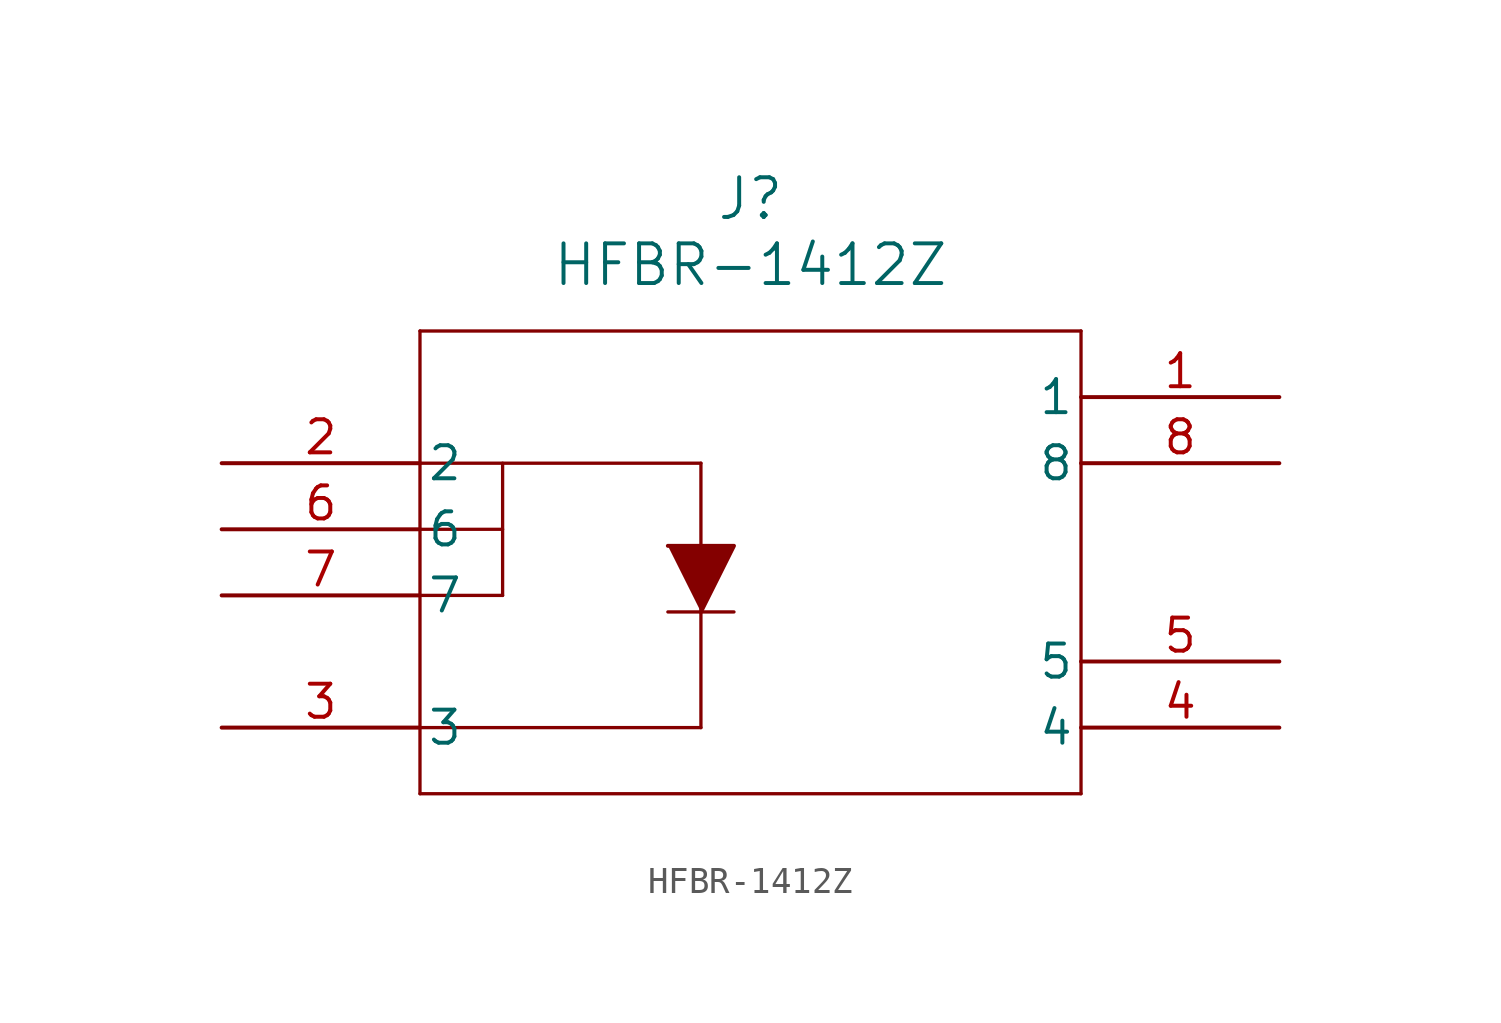
<source format=kicad_sym>
(kicad_symbol_lib
  (version 20211014)
  (generator kicad_symbol_editor)
  (symbol "HFBR-1412Z"
    (pin_names
      (offset 0.254))
    (property "Reference" "J"
      (at 20.32 10.16 0)
      (effects (font (size 1.524 1.524))))
    (property "Value" "HFBR-1412Z"
      (at 20.32 7.62 0)
      (effects (font (size 1.524 1.524))))
    (symbol "HFBR-1412Z_0_1"
      (polyline (pts (xy 7.62 5.08) (xy 7.62 -12.7)) (stroke (width 0.127) (type default) (color 0 0 0 0)) (fill (type none)))
      (polyline (pts (xy 7.62 -12.7) (xy 33.02 -12.7)) (stroke (width 0.127) (type default) (color 0 0 0 0)) (fill (type none)))
      (polyline (pts (xy 33.02 -12.7) (xy 33.02 5.08)) (stroke (width 0.127) (type default) (color 0 0 0 0)) (fill (type none)))
      (polyline (pts (xy 33.02 5.08) (xy 7.62 5.08)) (stroke (width 0.127) (type default) (color 0 0 0 0)) (fill (type none)))
      (polyline (pts (xy 7.62 0) (xy 18.415 0)) (stroke (width 0.127) (type default) (color 0 0 0 0)) (fill (type none)))
      (polyline (pts (xy 7.62 -2.54) (xy 10.795 -2.54)) (stroke (width 0.127) (type default) (color 0 0 0 0)) (fill (type none)))
      (polyline (pts (xy 7.62 -5.08) (xy 10.795 -5.08)) (stroke (width 0.127) (type default) (color 0 0 0 0)) (fill (type none)))
      (polyline (pts (xy 10.795 -5.08) (xy 10.795 0)) (stroke (width 0.127) (type default) (color 0 0 0 0)) (fill (type none)))
      (polyline (pts (xy 18.415 0) (xy 18.415 -10.16)) (stroke (width 0.127) (type default) (color 0 0 0 0)) (fill (type none)))
      (polyline (pts (xy 7.62 -10.16) (xy 18.415 -10.16)) (stroke (width 0.127) (type default) (color 0 0 0 0)) (fill (type none)))
      (polyline (pts (xy 17.145 -3.175) (xy 19.685 -3.175) (xy 18.415 -5.715)) (stroke (width 0) (type default) (color 0 0 0 0)) (fill (type outline)))
      (polyline (pts (xy 17.145 -5.715) (xy 19.685 -5.715)) (stroke (width 0.127) (type default) (color 0 0 0 0)) (fill (type none)))
      (pin unspecified line (at 40.64 2.54 180) (length 7.62) (name "1" (effects (font (size 1.27 1.27)))) (number "1" (effects (font (size 1.27 1.27)))))
      (pin unspecified line (at 0 0 0) (length 7.62) (name "2" (effects (font (size 1.27 1.27)))) (number "2" (effects (font (size 1.27 1.27)))))
      (pin unspecified line (at 0 -10.16 0) (length 7.62) (name "3" (effects (font (size 1.27 1.27)))) (number "3" (effects (font (size 1.27 1.27)))))
      (pin unspecified line (at 40.64 -10.16 180) (length 7.62) (name "4" (effects (font (size 1.27 1.27)))) (number "4" (effects (font (size 1.27 1.27)))))
      (pin unspecified line (at 40.64 -7.62 180) (length 7.62) (name "5" (effects (font (size 1.27 1.27)))) (number "5" (effects (font (size 1.27 1.27)))))
      (pin unspecified line (at 0 -2.54 0) (length 7.62) (name "6" (effects (font (size 1.27 1.27)))) (number "6" (effects (font (size 1.27 1.27)))))
      (pin unspecified line (at 0 -5.08 0) (length 7.62) (name "7" (effects (font (size 1.27 1.27)))) (number "7" (effects (font (size 1.27 1.27)))))
      (pin unspecified line (at 40.64 0 180) (length 7.62) (name "8" (effects (font (size 1.27 1.27)))) (number "8" (effects (font (size 1.27 1.27))))))))
</source>
